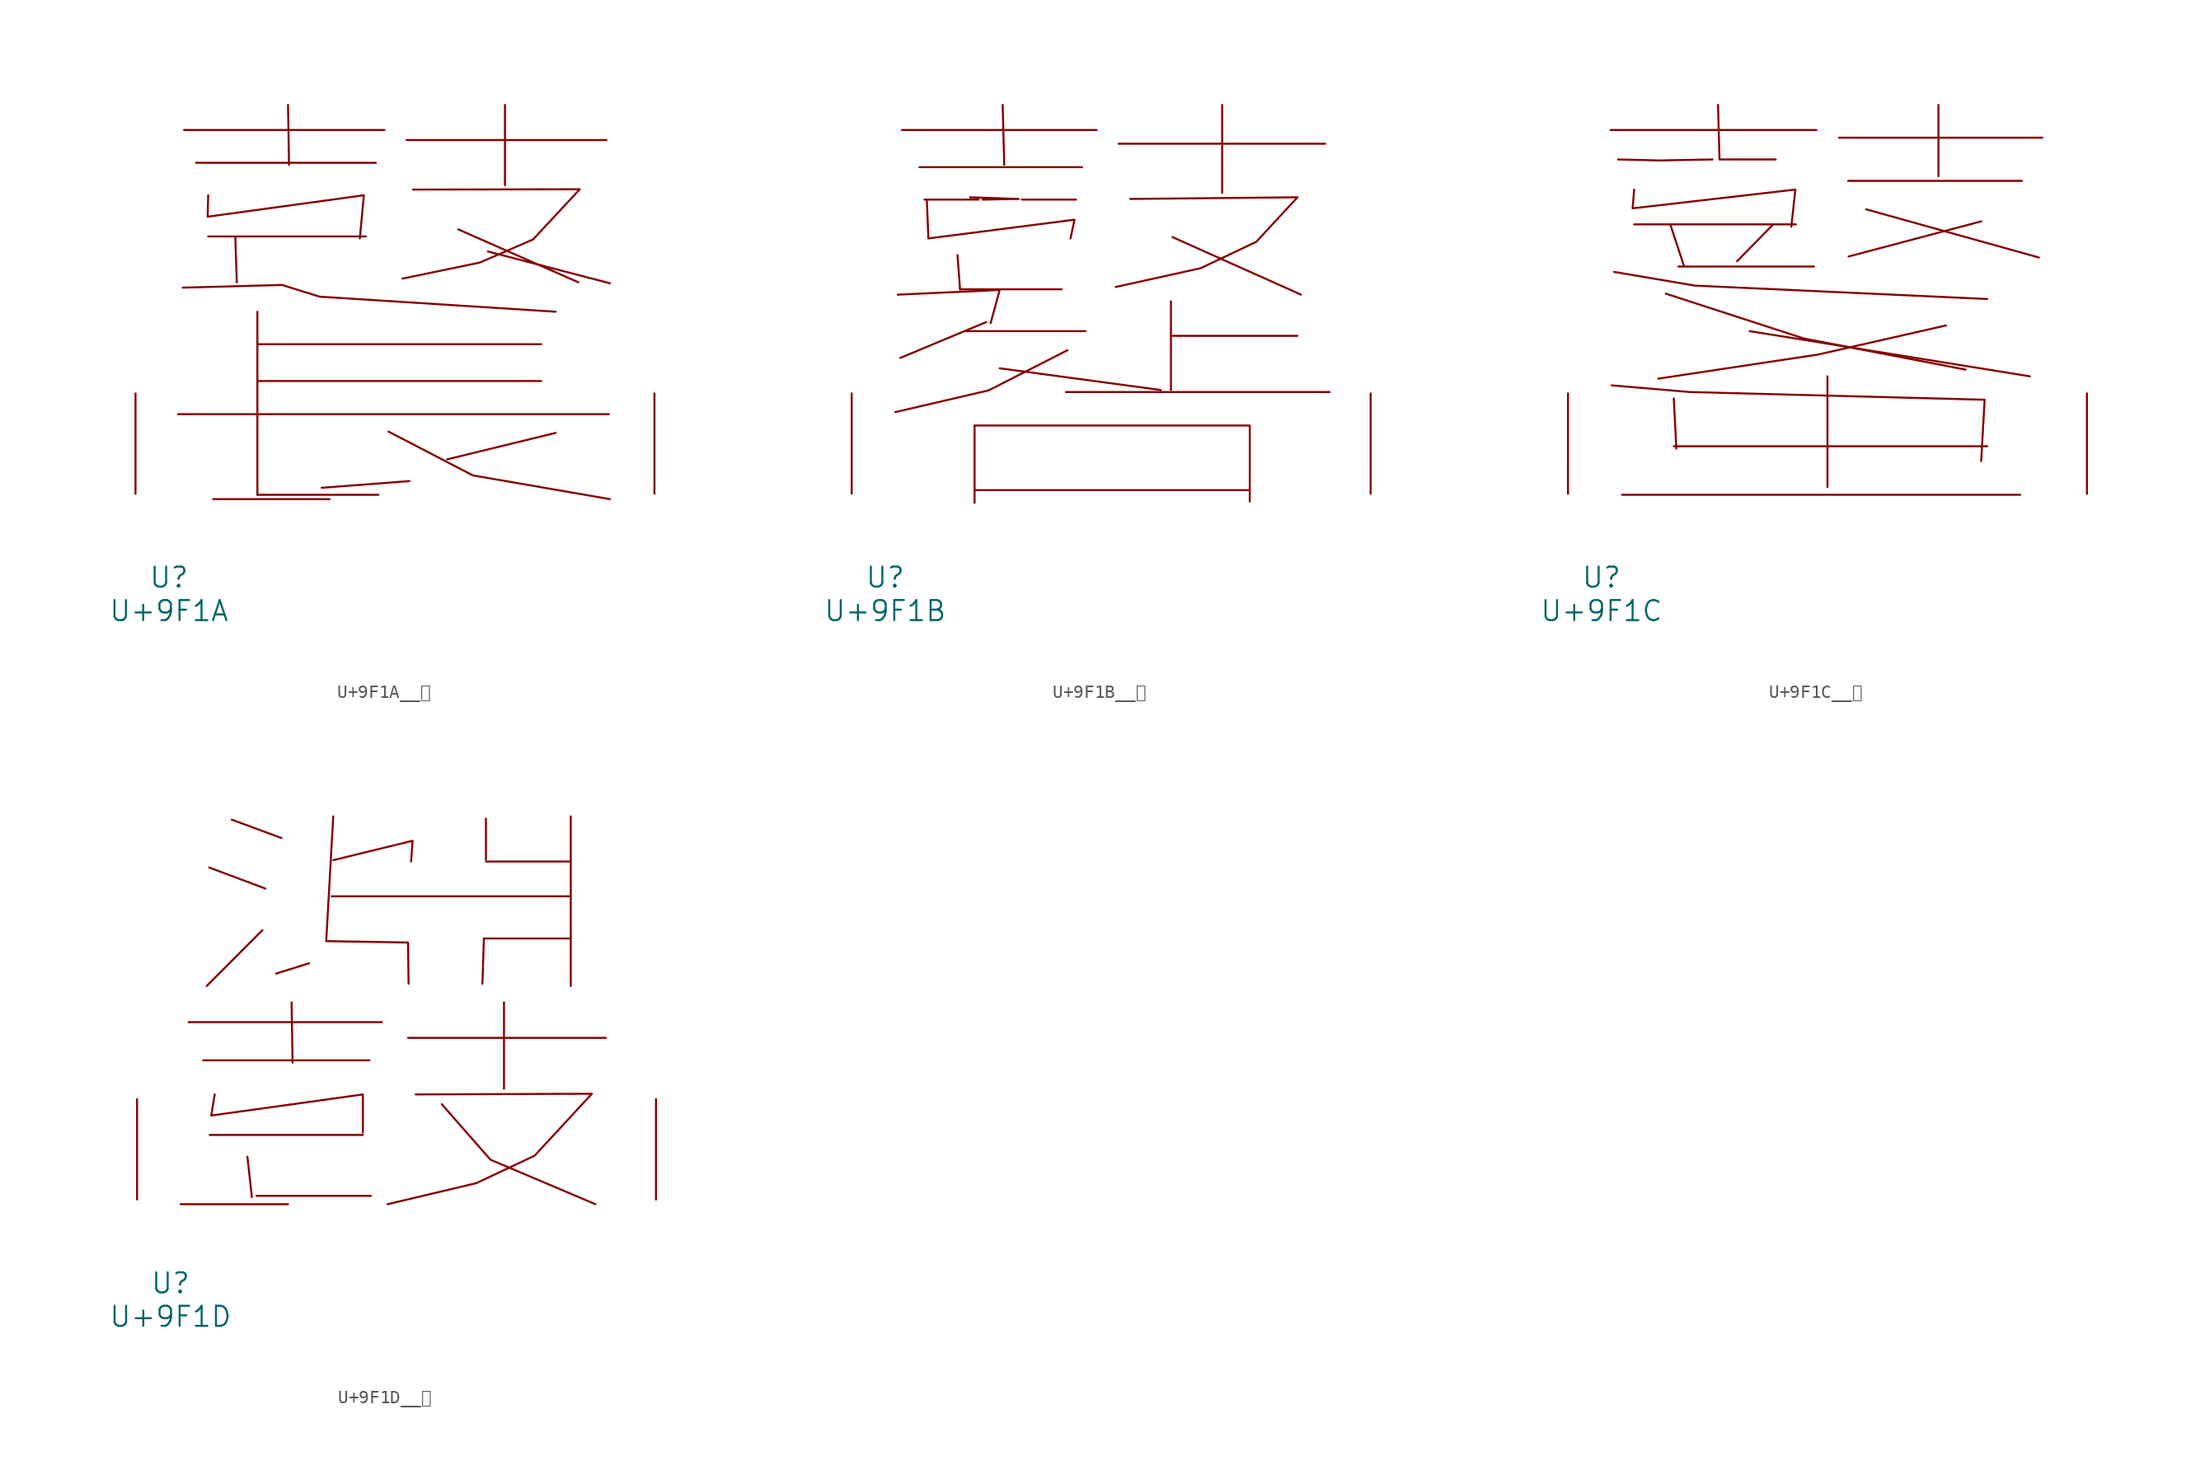
<source format=kicad_sym>
(kicad_symbol_lib
  (version 20231120)
  (generator "kicad_symbol_editor")
  (generator_version "8.0")
  (symbol "U+9F1A__鼚"
    (pin_names
      (offset 1.016))
    (property "Reference" "U"
      (at 0 -6.35 0)
      (effects (font (size 1.524 1.524))))
    (property "Value" "U+9F1A"
      (at 0 -8.89 0)
      (effects (font (size 1.524 1.524))))
    (symbol "U+9F1A__鼚_0_1"
      (polyline (pts (xy 0.686 6.045) (xy 33.376 6.045)) (stroke (width 0) (type solid)) (fill (type none)))
      (polyline (pts (xy 1.143 27.61) (xy 16.345 27.61)) (stroke (width 0) (type solid)) (fill (type none)))
      (polyline (pts (xy 2.057 25.121) (xy 15.697 25.121)) (stroke (width 0) (type solid)) (fill (type none)))
      (polyline (pts (xy 2.972 19.533) (xy 14.935 19.533)) (stroke (width 0) (type solid)) (fill (type none)))
      (polyline (pts (xy 3.353 -0.406) (xy 12.192 -0.406)) (stroke (width 0) (type solid)) (fill (type none)))
      (polyline (pts (xy 5.029 19.482) (xy 5.144 16.053)) (stroke (width 0) (type solid)) (fill (type none)))
      (polyline (pts (xy 6.706 -0.076) (xy 15.888 -0.076)) (stroke (width 0) (type solid)) (fill (type none)))
      (polyline (pts (xy 6.706 8.56) (xy 28.232 8.56)) (stroke (width 0) (type solid)) (fill (type none)))
      (polyline (pts (xy 6.706 11.354) (xy 28.232 11.354)) (stroke (width 0) (type solid)) (fill (type none)))
      (polyline (pts (xy 6.706 13.818) (xy 6.706 -0.076)) (stroke (width 0) (type solid)) (fill (type none)))
      (polyline (pts (xy 9.03 29.515) (xy 9.106 24.968)) (stroke (width 0) (type solid)) (fill (type none)))
      (polyline (pts (xy 18.021 26.848) (xy 33.185 26.848)) (stroke (width 0) (type solid)) (fill (type none)))
      (polyline (pts (xy 18.25 0.965) (xy 11.582 0.457)) (stroke (width 0) (type solid)) (fill (type none)))
      (polyline (pts (xy 21.946 20.066) (xy 31.052 16.053)) (stroke (width 0) (type solid)) (fill (type none)))
      (polyline (pts (xy 24.194 18.39) (xy 33.452 15.977)) (stroke (width 0) (type solid)) (fill (type none)))
      (polyline (pts (xy 25.489 29.515) (xy 25.489 23.419)) (stroke (width 0) (type solid)) (fill (type none)))
      (polyline (pts (xy 29.337 4.623) (xy 21.107 2.616)) (stroke (width 0) (type solid)) (fill (type none)))
      (polyline (pts (xy 16.65 4.724) (xy 23.05 1.397) (xy 33.452 -0.406)) (stroke (width 0) (type solid)) (fill (type none)))
      (polyline (pts (xy 1.029 15.646) (xy 8.572 15.85) (xy 11.43 14.961) (xy 29.337 13.818)) (stroke (width 0) (type solid)) (fill (type none)))
      (polyline (pts (xy 2.972 22.657) (xy 2.934 21.031) (xy 14.783 22.657) (xy 14.478 19.38)) (stroke (width 0) (type solid)) (fill (type none)))
      (polyline (pts (xy 18.517 23.089) (xy 31.166 23.114) (xy 27.622 19.304) (xy 23.584 17.551) (xy 17.716 16.332)) (stroke (width 0) (type solid)) (fill (type none)))
      (pin input line (at -2.54 0 90) (length 7.62) (name "~" (effects (font (size 1.27 1.27)))) (number "~" (effects (font (size 1.27 1.27)))))
      (pin input line (at 36.83 0 90) (length 7.62) (name "~" (effects (font (size 1.27 1.27)))) (number "~" (effects (font (size 1.27 1.27)))))))
  (symbol "U+9F1B__鼛"
    (pin_names
      (offset 1.016))
    (property "Reference" "U"
      (at 0 -6.35 0)
      (effects (font (size 1.524 1.524))))
    (property "Value" "U+9F1B"
      (at 0 -8.89 0)
      (effects (font (size 1.524 1.524))))
    (symbol "U+9F1B__鼛_0_1"
      (polyline (pts (xy 1.257 27.61) (xy 16.04 27.61)) (stroke (width 0) (type solid)) (fill (type none)))
      (polyline (pts (xy 2.591 24.79) (xy 14.935 24.79)) (stroke (width 0) (type solid)) (fill (type none)))
      (polyline (pts (xy 5.486 18.11) (xy 5.677 15.519)) (stroke (width 0) (type solid)) (fill (type none)))
      (polyline (pts (xy 5.677 15.519) (xy 13.373 15.519)) (stroke (width 0) (type solid)) (fill (type none)))
      (polyline (pts (xy 6.02 12.344) (xy 15.202 12.344)) (stroke (width 0) (type solid)) (fill (type none)))
      (polyline (pts (xy 6.782 0.279) (xy 27.661 0.279)) (stroke (width 0) (type solid)) (fill (type none)))
      (polyline (pts (xy 6.782 5.182) (xy 6.782 -0.686)) (stroke (width 0) (type solid)) (fill (type none)))
      (polyline (pts (xy 7.087 22.327) (xy 2.972 22.327)) (stroke (width 0) (type solid)) (fill (type none)))
      (polyline (pts (xy 7.658 13.03) (xy 1.143 10.312)) (stroke (width 0) (type solid)) (fill (type none)))
      (polyline (pts (xy 8.687 9.525) (xy 20.917 7.874)) (stroke (width 0) (type solid)) (fill (type none)))
      (polyline (pts (xy 8.915 29.515) (xy 9.03 24.968)) (stroke (width 0) (type solid)) (fill (type none)))
      (polyline (pts (xy 10.363 22.327) (xy 14.478 22.327)) (stroke (width 0) (type solid)) (fill (type none)))
      (polyline (pts (xy 13.716 7.722) (xy 33.718 7.722)) (stroke (width 0) (type solid)) (fill (type none)))
      (polyline (pts (xy 17.716 26.568) (xy 33.376 26.568)) (stroke (width 0) (type solid)) (fill (type none)))
      (polyline (pts (xy 21.679 11.989) (xy 31.28 11.989)) (stroke (width 0) (type solid)) (fill (type none)))
      (polyline (pts (xy 21.679 14.605) (xy 21.679 7.874)) (stroke (width 0) (type solid)) (fill (type none)))
      (polyline (pts (xy 21.793 19.482) (xy 31.547 15.113)) (stroke (width 0) (type solid)) (fill (type none)))
      (polyline (pts (xy 25.565 29.515) (xy 25.565 22.835)) (stroke (width 0) (type solid)) (fill (type none)))
      (polyline (pts (xy 0.953 15.113) (xy 8.687 15.469) (xy 8.001 12.954)) (stroke (width 0) (type solid)) (fill (type none)))
      (polyline (pts (xy 6.782 5.182) (xy 27.661 5.182) (xy 27.661 -0.584)) (stroke (width 0) (type solid)) (fill (type none)))
      (polyline (pts (xy 7.391 22.327) (xy 10.135 22.377) (xy 6.439 22.504)) (stroke (width 0) (type solid)) (fill (type none)))
      (polyline (pts (xy 13.83 10.897) (xy 7.849 7.849) (xy 0.762 6.198)) (stroke (width 0) (type solid)) (fill (type none)))
      (polyline (pts (xy 3.162 22.225) (xy 3.277 19.38) (xy 14.364 20.803) (xy 14.059 19.38)) (stroke (width 0) (type solid)) (fill (type none)))
      (polyline (pts (xy 18.593 22.377) (xy 31.28 22.504) (xy 28.156 19.126) (xy 23.927 17.12) (xy 17.488 15.697)) (stroke (width 0) (type solid)) (fill (type none)))
      (pin input line (at -2.54 0 90) (length 7.62) (name "~" (effects (font (size 1.27 1.27)))) (number "~" (effects (font (size 1.27 1.27)))))
      (pin input line (at 36.83 0 90) (length 7.62) (name "~" (effects (font (size 1.27 1.27)))) (number "~" (effects (font (size 1.27 1.27)))))))
  (symbol "U+9F1C__鼜"
    (pin_names
      (offset 1.016))
    (property "Reference" "U"
      (at 0 -6.35 0)
      (effects (font (size 1.524 1.524))))
    (property "Value" "U+9F1C"
      (at 0 -8.89 0)
      (effects (font (size 1.524 1.524))))
    (symbol "U+9F1C__鼜_0_1"
      (polyline (pts (xy 0.686 27.61) (xy 16.307 27.61)) (stroke (width 0) (type solid)) (fill (type none)))
      (polyline (pts (xy 1.562 -0.076) (xy 31.775 -0.076)) (stroke (width 0) (type solid)) (fill (type none)))
      (polyline (pts (xy 2.477 20.447) (xy 14.745 20.447)) (stroke (width 0) (type solid)) (fill (type none)))
      (polyline (pts (xy 5.22 20.447) (xy 6.248 17.323)) (stroke (width 0) (type solid)) (fill (type none)))
      (polyline (pts (xy 5.486 3.607) (xy 29.261 3.607)) (stroke (width 0) (type solid)) (fill (type none)))
      (polyline (pts (xy 5.486 7.239) (xy 5.677 3.429)) (stroke (width 0) (type solid)) (fill (type none)))
      (polyline (pts (xy 5.829 17.247) (xy 16.116 17.247)) (stroke (width 0) (type solid)) (fill (type none)))
      (polyline (pts (xy 11.239 12.344) (xy 32.499 8.915)) (stroke (width 0) (type solid)) (fill (type none)))
      (polyline (pts (xy 13.03 20.447) (xy 10.287 17.653)) (stroke (width 0) (type solid)) (fill (type none)))
      (polyline (pts (xy 17.145 8.915) (xy 17.145 0.508)) (stroke (width 0) (type solid)) (fill (type none)))
      (polyline (pts (xy 18.021 27.026) (xy 33.452 27.026)) (stroke (width 0) (type solid)) (fill (type none)))
      (polyline (pts (xy 18.707 23.749) (xy 31.89 23.749)) (stroke (width 0) (type solid)) (fill (type none)))
      (polyline (pts (xy 20.079 21.59) (xy 33.185 17.932)) (stroke (width 0) (type solid)) (fill (type none)))
      (polyline (pts (xy 25.565 29.515) (xy 25.565 24.105)) (stroke (width 0) (type solid)) (fill (type none)))
      (polyline (pts (xy 28.804 20.676) (xy 18.745 18.009)) (stroke (width 0) (type solid)) (fill (type none)))
      (polyline (pts (xy 0.953 16.84) (xy 7.087 15.799) (xy 29.261 14.783)) (stroke (width 0) (type solid)) (fill (type none)))
      (polyline (pts (xy 4.877 15.189) (xy 15.354 11.786) (xy 27.622 9.423)) (stroke (width 0) (type solid)) (fill (type none)))
      (polyline (pts (xy 8.42 25.375) (xy 4.42 25.298) (xy 1.257 25.375)) (stroke (width 0) (type solid)) (fill (type none)))
      (polyline (pts (xy 8.839 29.515) (xy 8.954 25.375) (xy 13.221 25.375)) (stroke (width 0) (type solid)) (fill (type none)))
      (polyline (pts (xy 26.137 12.776) (xy 16.421 10.566) (xy 4.305 8.738)) (stroke (width 0) (type solid)) (fill (type none)))
      (polyline (pts (xy 0.762 8.23) (xy 6.706 7.722) (xy 29.07 7.137) (xy 28.804 2.489)) (stroke (width 0) (type solid)) (fill (type none)))
      (polyline (pts (xy 2.477 23.089) (xy 2.362 21.666) (xy 14.707 23.089) (xy 14.402 20.269)) (stroke (width 0) (type solid)) (fill (type none)))
      (pin input line (at -2.54 0 90) (length 7.62) (name "~" (effects (font (size 1.27 1.27)))) (number "~" (effects (font (size 1.27 1.27)))))
      (pin input line (at 36.83 0 90) (length 7.62) (name "~" (effects (font (size 1.27 1.27)))) (number "~" (effects (font (size 1.27 1.27)))))))
  (symbol "U+9F1D__鼝"
    (pin_names
      (offset 1.016))
    (property "Reference" "U"
      (at 0 -6.35 0)
      (effects (font (size 1.524 1.524))))
    (property "Value" "U+9F1D"
      (at 0 -8.89 0)
      (effects (font (size 1.524 1.524))))
    (symbol "U+9F1D__鼝_0_1"
      (polyline (pts (xy 0.762 -0.356) (xy 8.915 -0.356)) (stroke (width 0) (type solid)) (fill (type none)))
      (polyline (pts (xy 1.372 13.462) (xy 16.04 13.462)) (stroke (width 0) (type solid)) (fill (type none)))
      (polyline (pts (xy 2.477 10.566) (xy 15.088 10.566)) (stroke (width 0) (type solid)) (fill (type none)))
      (polyline (pts (xy 2.934 25.197) (xy 7.201 23.597)) (stroke (width 0) (type solid)) (fill (type none)))
      (polyline (pts (xy 2.972 4.902) (xy 14.592 4.902)) (stroke (width 0) (type solid)) (fill (type none)))
      (polyline (pts (xy 4.648 28.829) (xy 8.42 27.432)) (stroke (width 0) (type solid)) (fill (type none)))
      (polyline (pts (xy 5.829 3.251) (xy 6.172 0.178)) (stroke (width 0) (type solid)) (fill (type none)))
      (polyline (pts (xy 6.515 0.279) (xy 15.202 0.279)) (stroke (width 0) (type solid)) (fill (type none)))
      (polyline (pts (xy 6.972 20.447) (xy 2.743 16.205)) (stroke (width 0) (type solid)) (fill (type none)))
      (polyline (pts (xy 9.182 14.961) (xy 9.258 10.389)) (stroke (width 0) (type solid)) (fill (type none)))
      (polyline (pts (xy 10.516 17.932) (xy 8.001 17.145)) (stroke (width 0) (type solid)) (fill (type none)))
      (polyline (pts (xy 12.23 23.012) (xy 30.366 23.012)) (stroke (width 0) (type solid)) (fill (type none)))
      (polyline (pts (xy 18.021 12.268) (xy 33.033 12.268)) (stroke (width 0) (type solid)) (fill (type none)))
      (polyline (pts (xy 23.774 19.812) (xy 23.66 16.383)) (stroke (width 0) (type solid)) (fill (type none)))
      (polyline (pts (xy 23.774 19.812) (xy 30.366 19.812)) (stroke (width 0) (type solid)) (fill (type none)))
      (polyline (pts (xy 23.927 25.654) (xy 30.366 25.654)) (stroke (width 0) (type solid)) (fill (type none)))
      (polyline (pts (xy 23.927 28.905) (xy 23.927 25.806)) (stroke (width 0) (type solid)) (fill (type none)))
      (polyline (pts (xy 25.298 14.961) (xy 25.298 8.407)) (stroke (width 0) (type solid)) (fill (type none)))
      (polyline (pts (xy 30.366 29.083) (xy 30.366 16.205)) (stroke (width 0) (type solid)) (fill (type none)))
      (polyline (pts (xy 12.344 25.756) (xy 18.364 27.229) (xy 18.25 25.654)) (stroke (width 0) (type solid)) (fill (type none)))
      (polyline (pts (xy 20.574 7.239) (xy 24.27 3.023) (xy 32.233 -0.356)) (stroke (width 0) (type solid)) (fill (type none)))
      (polyline (pts (xy 3.353 7.976) (xy 3.086 6.375) (xy 14.592 7.976) (xy 14.592 5.08)) (stroke (width 0) (type solid)) (fill (type none)))
      (polyline (pts (xy 12.344 29.083) (xy 11.811 19.609) (xy 18.021 19.507) (xy 18.059 16.383)) (stroke (width 0) (type solid)) (fill (type none)))
      (polyline (pts (xy 18.593 7.976) (xy 31.966 8.026) (xy 27.622 3.327) (xy 23.203 1.245) (xy 16.459 -0.356)) (stroke (width 0) (type solid)) (fill (type none)))
      (pin input line (at -2.54 0 90) (length 7.62) (name "~" (effects (font (size 1.27 1.27)))) (number "~" (effects (font (size 1.27 1.27)))))
      (pin input line (at 36.83 0 90) (length 7.62) (name "~" (effects (font (size 1.27 1.27)))) (number "~" (effects (font (size 1.27 1.27))))))))
</source>
